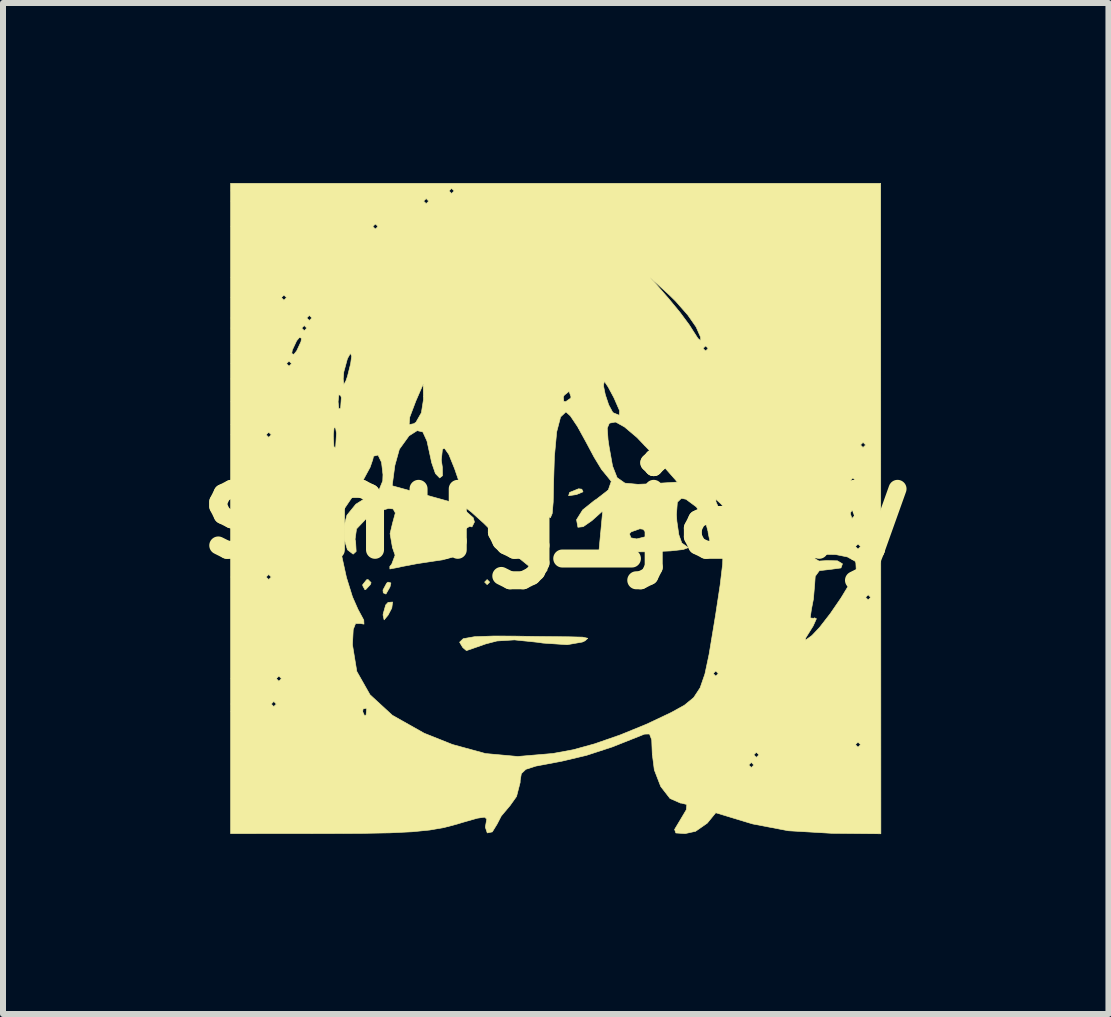
<source format=kicad_pcb>
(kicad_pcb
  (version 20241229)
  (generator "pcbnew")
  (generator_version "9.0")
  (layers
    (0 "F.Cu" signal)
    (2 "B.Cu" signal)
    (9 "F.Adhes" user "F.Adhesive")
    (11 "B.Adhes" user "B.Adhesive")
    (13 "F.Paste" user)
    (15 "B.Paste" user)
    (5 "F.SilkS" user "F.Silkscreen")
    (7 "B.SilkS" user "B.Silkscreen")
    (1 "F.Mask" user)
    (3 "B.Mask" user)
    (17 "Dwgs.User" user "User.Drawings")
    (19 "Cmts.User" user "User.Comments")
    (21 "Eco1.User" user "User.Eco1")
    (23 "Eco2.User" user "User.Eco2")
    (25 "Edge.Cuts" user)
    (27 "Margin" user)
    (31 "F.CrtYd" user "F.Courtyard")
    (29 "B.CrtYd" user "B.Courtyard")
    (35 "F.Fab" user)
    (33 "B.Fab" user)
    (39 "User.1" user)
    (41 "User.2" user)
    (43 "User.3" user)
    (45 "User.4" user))
  (footprint "smug_jahy"
    (layer "F.Cu")
    (at 6.212 5.424)
    (property "Reference" "smug_jahy" (at 0 0 0) (layer "F.SilkS") (effects (font (size 1.524 1.524) (thickness 0.3))))
    (attr through_hole)
    (fp_poly (pts (xy -1.101 1.228) (xy -1.143 1.27) (xy -1.185 1.228) (xy -1.143 1.185) (xy -1.101 1.228)) (stroke (width 0.01) (type solid)) (fill yes) (layer "F.SilkS"))
    (fp_poly (pts (xy -2.747 1.242) (xy -2.762 1.308) (xy -2.83 1.427) (xy -2.874 1.407) (xy -2.879 1.36) (xy -2.817 1.245) (xy -2.795 1.228) (xy -2.747 1.242)) (stroke (width 0.01) (type solid)) (fill yes) (layer "F.SilkS"))
    (fp_poly (pts (xy 0.435 -0.321) (xy 0.455 -0.277) (xy 0.345 -0.231) (xy 0.215 -0.212) (xy 0.23 -0.264) (xy 0.234 -0.268) (xy 0.381 -0.328) (xy 0.435 -0.321)) (stroke (width 0.01) (type solid)) (fill yes) (layer "F.SilkS"))
    (fp_poly (pts (xy -3.077 1.237) (xy -3.09 1.27) (xy -3.166 1.351) (xy -3.18 1.355) (xy -3.216 1.289) (xy -3.217 1.27) (xy -3.152 1.189) (xy -3.128 1.185) (xy -3.077 1.237)) (stroke (width 0.01) (type solid)) (fill yes) (layer "F.SilkS"))
    (fp_poly (pts (xy -2.732 1.66) (xy -2.794 1.778) (xy -2.86 1.857) (xy -2.877 1.781) (xy -2.877 1.762) (xy -2.834 1.609) (xy -2.794 1.566) (xy -2.719 1.56) (xy -2.732 1.66)) (stroke (width 0.01) (type solid)) (fill yes) (layer "F.SilkS"))
    (fp_poly (pts (xy -0.677 2.128) (xy -0.31 2.134) (xy 0.073 2.138) (xy 0.212 2.139) (xy 0.448 2.145) (xy 0.534 2.164) (xy 0.49 2.205) (xy 0.443 2.227) (xy 0.191 2.271) (xy -0.213 2.244) (xy -0.301 2.231) (xy -0.688 2.191) (xy -0.98 2.209) (xy -1.167 2.258) (xy -1.367 2.328) (xy -1.48 2.367) (xy -1.489 2.369) (xy -1.542 2.324) (xy -1.552 2.314) (xy -1.602 2.229) (xy -1.542 2.171) (xy -1.355 2.138) (xy -1.027 2.126) (xy -0.677 2.128)) (stroke (width 0.01) (type solid)) (fill yes) (layer "F.SilkS"))
    (fp_poly (pts (xy 5.417 0.002) (xy 5.419 5.422) (xy 4.593 5.414) (xy 3.877 5.372) (xy 3.286 5.259) (xy 3.217 5.239) (xy 2.667 5.072) (xy 2.526 5.245) (xy 2.331 5.381) (xy 2.157 5.419) (xy 2.002 5.409) (xy 1.981 5.35) (xy 2.065 5.21) (xy 2.176 5.023) (xy 2.185 4.934) (xy 2.094 4.911) (xy 2.08 4.911) (xy 1.905 4.834) (xy 1.75 4.634) (xy 1.643 4.357) (xy 1.633 4.276) (xy 3.217 4.276) (xy 3.26 4.318) (xy 3.302 4.276) (xy 3.26 4.233) (xy 3.217 4.276) (xy 1.633 4.276) (xy 1.611 4.106) (xy 3.302 4.106) (xy 3.344 4.149) (xy 3.387 4.106) (xy 3.344 4.064) (xy 3.302 4.106) (xy 1.611 4.106) (xy 1.609 4.086) (xy 1.603 3.937) (xy 4.995 3.937) (xy 5.038 3.979) (xy 5.08 3.937) (xy 5.038 3.895) (xy 4.995 3.937) (xy 1.603 3.937) (xy 1.6 3.856) (xy 1.563 3.759) (xy 1.482 3.761) (xy 1.46 3.769) (xy 0.945 3.974) (xy 0.513 4.115) (xy 0.1 4.213) (xy -0.032 4.238) (xy -0.33 4.294) (xy -0.498 4.348) (xy -0.573 4.42) (xy -0.592 4.532) (xy -0.593 4.568) (xy -0.653 4.8) (xy -0.76 4.951) (xy -0.908 5.127) (xy -0.977 5.261) (xy -1.057 5.391) (xy -1.141 5.408) (xy -1.173 5.312) (xy -1.164 5.26) (xy -1.149 5.177) (xy -1.186 5.145) (xy -1.307 5.163) (xy -1.546 5.231) (xy -1.641 5.26) (xy -1.86 5.318) (xy -2.1 5.36) (xy -2.391 5.389) (xy -2.765 5.407) (xy -3.25 5.416) (xy -3.789 5.418) (xy -5.419 5.419) (xy -5.419 3.387) (xy -3.217 3.387) (xy -3.186 3.456) (xy -3.161 3.443) (xy -3.151 3.343) (xy -3.161 3.33) (xy -3.211 3.342) (xy -3.217 3.387) (xy -5.419 3.387) (xy -5.419 3.26) (xy -4.741 3.26) (xy -4.699 3.302) (xy -4.657 3.26) (xy -4.699 3.217) (xy -4.741 3.26) (xy -5.419 3.26) (xy -5.419 2.836) (xy -4.657 2.836) (xy -4.614 2.879) (xy -4.572 2.836) (xy -4.614 2.794) (xy -4.657 2.836) (xy -5.419 2.836) (xy -5.419 1.143) (xy -4.826 1.143) (xy -4.784 1.185) (xy -4.741 1.143) (xy -4.784 1.101) (xy -4.826 1.143) (xy -5.419 1.143) (xy -5.419 0.212) (xy -3.664 0.212) (xy -3.564 0.803) (xy -3.488 1.15) (xy -3.388 1.472) (xy -3.296 1.681) (xy -3.199 1.861) (xy -3.196 1.928) (xy -3.256 1.918) (xy -3.336 1.918) (xy -3.375 2.018) (xy -3.387 2.252) (xy -3.387 2.276) (xy -3.315 2.717) (xy -3.095 3.105) (xy -2.723 3.447) (xy -2.193 3.746) (xy -1.719 3.935) (xy -1.17 4.085) (xy -0.633 4.134) (xy -0.047 4.084) (xy 0.294 4.021) (xy 0.649 3.923) (xy 1.077 3.774) (xy 1.503 3.6) (xy 1.628 3.542) (xy 1.927 3.4) (xy 2.144 3.28) (xy 2.299 3.153) (xy 2.407 2.989) (xy 2.487 2.758) (xy 2.488 2.752) (xy 2.625 2.752) (xy 2.667 2.794) (xy 2.709 2.752) (xy 2.667 2.709) (xy 2.625 2.752) (xy 2.488 2.752) (xy 2.556 2.432) (xy 2.595 2.197) (xy 4.16 2.197) (xy 4.248 2.134) (xy 4.271 2.117) (xy 4.398 1.982) (xy 4.575 1.754) (xy 4.756 1.49) (xy 4.761 1.482) (xy 5.165 1.482) (xy 5.207 1.524) (xy 5.249 1.482) (xy 5.207 1.439) (xy 5.165 1.482) (xy 4.761 1.482) (xy 4.929 1.204) (xy 5.008 1.019) (xy 5.002 0.904) (xy 4.985 0.876) (xy 4.931 0.847) (xy 5.165 0.847) (xy 5.196 0.916) (xy 5.221 0.903) (xy 5.231 0.803) (xy 5.221 0.79) (xy 5.171 0.802) (xy 5.165 0.847) (xy 4.931 0.847) (xy 4.861 0.808) (xy 4.669 0.769) (xy 4.473 0.765) (xy 4.341 0.799) (xy 4.318 0.835) (xy 4.388 0.877) (xy 4.52 0.869) (xy 4.696 0.873) (xy 4.779 0.923) (xy 4.754 0.992) (xy 4.577 1.016) (xy 4.394 1.037) (xy 4.325 1.131) (xy 4.317 1.249) (xy 4.295 1.51) (xy 4.261 1.685) (xy 4.241 1.825) (xy 4.3 1.831) (xy 4.313 1.823) (xy 4.345 1.838) (xy 4.29 1.96) (xy 4.265 2) (xy 4.166 2.159) (xy 4.16 2.197) (xy 2.595 2.197) (xy 2.631 1.979) (xy 2.664 1.778) (xy 2.74 1.278) (xy 2.782 0.925) (xy 2.789 0.7) (xy 2.774 0.635) (xy 4.995 0.635) (xy 5.038 0.677) (xy 5.08 0.635) (xy 5.038 0.593) (xy 4.995 0.635) (xy 2.774 0.635) (xy 2.762 0.582) (xy 2.701 0.553) (xy 2.667 0.562) (xy 2.571 0.552) (xy 2.54 0.405) (xy 2.54 0.39) (xy 2.538 0.381) (xy 5.08 0.381) (xy 5.122 0.423) (xy 5.165 0.381) (xy 5.122 0.339) (xy 5.08 0.381) (xy 2.538 0.381) (xy 2.483 0.176) (xy 2.343 -0.026) (xy 2.223 -0.115) (xy 2.669 -0.115) (xy 2.729 0.02) (xy 2.812 0.152) (xy 2.866 0.163) (xy 2.867 0.158) (xy 2.851 0.09) (xy 4.911 0.09) (xy 4.938 0.167) (xy 5 0.099) (xy 5.028 0.038) (xy 5.034 -0.049) (xy 4.994 -0.042) (xy 4.914 0.067) (xy 4.911 0.09) (xy 2.851 0.09) (xy 2.839 0.034) (xy 2.76 -0.07) (xy 2.671 -0.152) (xy 2.669 -0.115) (xy 2.223 -0.115) (xy 2.172 -0.153) (xy 2.095 -0.169) (xy 2.027 -0.104) (xy 2.012 0.102) (xy 2.019 0.212) (xy 2.052 0.439) (xy 2.101 0.575) (xy 2.125 0.593) (xy 2.2 0.646) (xy 2.201 0.656) (xy 2.123 0.685) (xy 1.914 0.708) (xy 1.612 0.721) (xy 1.46 0.723) (xy 0.719 0.727) (xy 0.747 0.423) (xy 1.228 0.423) (xy 1.254 0.49) (xy 1.35 0.508) (xy 1.49 0.473) (xy 1.524 0.423) (xy 1.456 0.347) (xy 1.402 0.339) (xy 1.258 0.39) (xy 1.228 0.423) (xy 0.747 0.423) (xy 0.751 0.385) (xy 0.783 0.042) (xy 0.602 0.204) (xy 0.458 0.304) (xy 0.37 0.314) (xy 0.347 0.188) (xy 0.449 0.025) (xy 0.649 -0.136) (xy 0.675 -0.151) (xy 0.862 -0.296) (xy 2.455 -0.296) (xy 2.498 -0.254) (xy 2.54 -0.296) (xy 2.498 -0.339) (xy 2.455 -0.296) (xy 0.862 -0.296) (xy 0.876 -0.307) (xy 0.926 -0.451) (xy 0.845 -0.552) (xy 0.764 -0.65) (xy 0.639 -0.856) (xy 0.505 -1.107) (xy 0.378 -1.338) (xy 0.859 -1.338) (xy 0.872 -1.147) (xy 0.888 -1.037) (xy 0.947 -0.707) (xy 1.023 -0.513) (xy 1.153 -0.422) (xy 1.37 -0.402) (xy 1.556 -0.41) (xy 2.028 -0.439) (xy 2.005 -0.466) (xy 4.911 -0.466) (xy 4.953 -0.423) (xy 4.995 -0.466) (xy 4.953 -0.508) (xy 4.911 -0.466) (xy 2.005 -0.466) (xy 1.588 -0.939) (xy 1.473 -1.058) (xy 5.08 -1.058) (xy 5.122 -1.016) (xy 5.165 -1.058) (xy 5.122 -1.101) (xy 5.08 -1.058) (xy 1.473 -1.058) (xy 1.356 -1.181) (xy 1.148 -1.357) (xy 1.003 -1.438) (xy 0.988 -1.439) (xy 0.894 -1.421) (xy 0.859 -1.338) (xy 0.378 -1.338) (xy 0.365 -1.362) (xy 0.244 -1.542) (xy 0.17 -1.609) (xy 0.081 -1.525) (xy 0.016 -1.276) (xy -0.022 -0.864) (xy -0.035 -0.447) (xy -0.042 -0.108) (xy -0.059 0.086) (xy -0.089 0.155) (xy -0.138 0.124) (xy -0.148 0.111) (xy -0.218 0.037) (xy -0.248 0.09) (xy -0.254 0.26) (xy -0.229 0.559) (xy -0.175 0.826) (xy -0.143 1.03) (xy -0.205 1.099) (xy -0.361 1.031) (xy -0.613 0.826) (xy -0.947 0.498) (xy -1.198 0.248) (xy -1.406 0.06) (xy -1.543 -0.044) (xy -1.582 -0.055) (xy -1.562 0.012) (xy -1.494 0.049) (xy -1.374 0.156) (xy -1.355 0.226) (xy -1.396 0.308) (xy -1.435 0.299) (xy -1.501 0.338) (xy -1.561 0.497) (xy -1.569 0.537) (xy -1.617 0.715) (xy -1.706 0.808) (xy -1.888 0.857) (xy -2.018 0.876) (xy -2.308 0.92) (xy -2.561 0.968) (xy -2.625 0.983) (xy -2.764 1.009) (xy -2.765 0.966) (xy -2.734 0.93) (xy -2.677 0.779) (xy -2.719 0.658) (xy -2.721 0.652) (xy -2.233 0.652) (xy -2.117 0.664) (xy -1.996 0.651) (xy -2.011 0.621) (xy -2.184 0.61) (xy -2.223 0.621) (xy -2.233 0.652) (xy -2.721 0.652) (xy -2.761 0.42) (xy -2.72 0.248) (xy -2.673 0.075) (xy -2.71 0.008) (xy -2.787 0) (xy -2.958 0.05) (xy -3.159 0.172) (xy -3.164 0.176) (xy -3.32 0.341) (xy -3.344 0.513) (xy -3.335 0.557) (xy -3.326 0.717) (xy -3.376 0.762) (xy -3.471 0.689) (xy -3.525 0.511) (xy -3.527 0.291) (xy -3.48 0.113) (xy -3.331 -0.071) (xy -3.131 -0.196) (xy -2.949 -0.298) (xy -2.916 -0.378) (xy -2.726 -0.378) (xy -2.231 -0.242) (xy -1.966 -0.169) (xy -1.776 -0.116) (xy -1.71 -0.096) (xy -1.721 -0.142) (xy -1.745 -0.184) (xy -1.749 -0.247) (xy -1.665 -0.229) (xy -1.548 -0.192) (xy -1.527 -0.193) (xy -1.554 -0.276) (xy -1.62 -0.472) (xy -1.685 -0.662) (xy -1.781 -0.899) (xy -1.854 -1.004) (xy -1.888 -0.987) (xy -1.907 -0.806) (xy -1.889 -0.685) (xy -1.887 -0.546) (xy -1.934 -0.508) (xy -2.005 -0.582) (xy -2.069 -0.767) (xy -2.081 -0.826) (xy -2.146 -1.124) (xy -2.215 -1.275) (xy -2.309 -1.297) (xy -2.445 -1.21) (xy -2.445 -1.21) (xy -2.606 -0.987) (xy -2.681 -0.717) (xy -2.726 -0.378) (xy -2.916 -0.378) (xy -2.883 -0.459) (xy -2.879 -0.564) (xy -2.903 -0.768) (xy -2.96 -0.887) (xy -2.963 -0.889) (xy -3.037 -0.871) (xy -3.048 -0.818) (xy -3.093 -0.687) (xy -3.211 -0.469) (xy -3.356 -0.241) (xy -3.664 0.212) (xy -5.419 0.212) (xy -5.419 -1.228) (xy -4.826 -1.228) (xy -4.784 -1.185) (xy -3.706 -1.185) (xy -3.697 -1.031) (xy -3.675 -1.013) (xy -3.667 -1.037) (xy -3.654 -1.252) (xy -3.667 -1.333) (xy -3.692 -1.36) (xy -3.705 -1.243) (xy -3.706 -1.185) (xy -4.784 -1.185) (xy -4.741 -1.228) (xy -4.784 -1.27) (xy -4.826 -1.228) (xy -5.419 -1.228) (xy -5.419 -1.397) (xy -2.443 -1.397) (xy -2.363 -1.413) (xy -2.328 -1.439) (xy -2.239 -1.595) (xy -2.205 -1.81) (xy -2.205 -1.863) (xy 0.127 -1.863) (xy 0.134 -1.785) (xy 0.164 -1.778) (xy 0.251 -1.839) (xy 0.254 -1.863) (xy 0.225 -1.945) (xy 0.217 -1.947) (xy 0.144 -1.888) (xy 0.127 -1.863) (xy -2.205 -1.863) (xy -2.208 -2.05) (xy 0.795 -2.05) (xy 0.826 -1.897) (xy 0.883 -1.726) (xy 0.947 -1.607) (xy 0.963 -1.592) (xy 1.06 -1.553) (xy 1.064 -1.63) (xy 0.974 -1.836) (xy 0.968 -1.849) (xy 0.873 -2.026) (xy 0.814 -2.114) (xy 0.81 -2.117) (xy 0.795 -2.05) (xy -2.208 -2.05) (xy -2.208 -2.074) (xy -2.332 -1.789) (xy -2.433 -1.522) (xy -2.443 -1.397) (xy -5.419 -1.397) (xy -5.419 -1.778) (xy -3.627 -1.778) (xy -3.614 -1.658) (xy -3.585 -1.672) (xy -3.573 -1.846) (xy -3.585 -1.884) (xy -3.615 -1.894) (xy -3.627 -1.778) (xy -5.419 -1.778) (xy -5.419 -2.159) (xy -3.542 -2.159) (xy -3.531 -2.066) (xy -3.497 -2.126) (xy -3.471 -2.201) (xy -3.418 -2.412) (xy -3.401 -2.54) (xy -3.422 -2.585) (xy -3.471 -2.498) (xy -3.532 -2.275) (xy -3.542 -2.159) (xy -5.419 -2.159) (xy -5.419 -2.413) (xy -4.487 -2.413) (xy -4.445 -2.371) (xy -4.403 -2.413) (xy -4.445 -2.455) (xy -4.487 -2.413) (xy -5.419 -2.413) (xy -5.419 -2.582) (xy -4.4 -2.582) (xy -4.365 -2.567) (xy -4.318 -2.625) (xy -4.298 -2.667) (xy 2.455 -2.667) (xy 2.498 -2.625) (xy 2.54 -2.667) (xy 2.498 -2.709) (xy 2.455 -2.667) (xy -4.298 -2.667) (xy -4.246 -2.779) (xy -4.236 -2.836) (xy -4.271 -2.851) (xy -4.318 -2.794) (xy -4.39 -2.64) (xy -4.4 -2.582) (xy -5.419 -2.582) (xy -5.419 -3.006) (xy -4.233 -3.006) (xy -4.191 -2.963) (xy -4.149 -3.006) (xy -4.191 -3.048) (xy -4.233 -3.006) (xy -5.419 -3.006) (xy -5.419 -3.175) (xy -4.149 -3.175) (xy -4.106 -3.133) (xy -4.064 -3.175) (xy -4.106 -3.217) (xy -4.149 -3.175) (xy -5.419 -3.175) (xy -5.419 -3.514) (xy -4.572 -3.514) (xy -4.53 -3.471) (xy -4.487 -3.514) (xy -4.53 -3.556) (xy -4.572 -3.514) (xy -5.419 -3.514) (xy -5.419 -3.852) (xy 1.573 -3.852) (xy 1.88 -3.5) (xy 2.072 -3.267) (xy 2.227 -3.058) (xy 2.282 -2.971) (xy 2.37 -2.834) (xy 2.418 -2.794) (xy 2.413 -2.858) (xy 2.344 -3.015) (xy 2.338 -3.027) (xy 2.201 -3.224) (xy 1.997 -3.456) (xy 1.895 -3.556) (xy 1.573 -3.852) (xy -5.419 -3.852) (xy -5.419 -4.699) (xy -3.048 -4.699) (xy -3.006 -4.657) (xy -2.963 -4.699) (xy -3.006 -4.741) (xy -3.048 -4.699) (xy -5.419 -4.699) (xy -5.419 -5.122) (xy -2.201 -5.122) (xy -2.159 -5.08) (xy -2.117 -5.122) (xy -2.159 -5.165) (xy -2.201 -5.122) (xy -5.419 -5.122) (xy -5.419 -5.292) (xy -1.778 -5.292) (xy -1.736 -5.249) (xy -1.693 -5.292) (xy -1.736 -5.334) (xy -1.778 -5.292) (xy -5.419 -5.292) (xy -5.419 -5.419) (xy 5.416 -5.419) (xy 5.417 0.002)) (stroke (width 0.01) (type solid)) (fill yes) (layer "F.SilkS")))
  (gr_rect
    (start -3 -3)
    (end 15.424 13.85)
    (stroke (width 0.1) (type default))
    (fill no)
    (layer "Edge.Cuts")))
</source>
